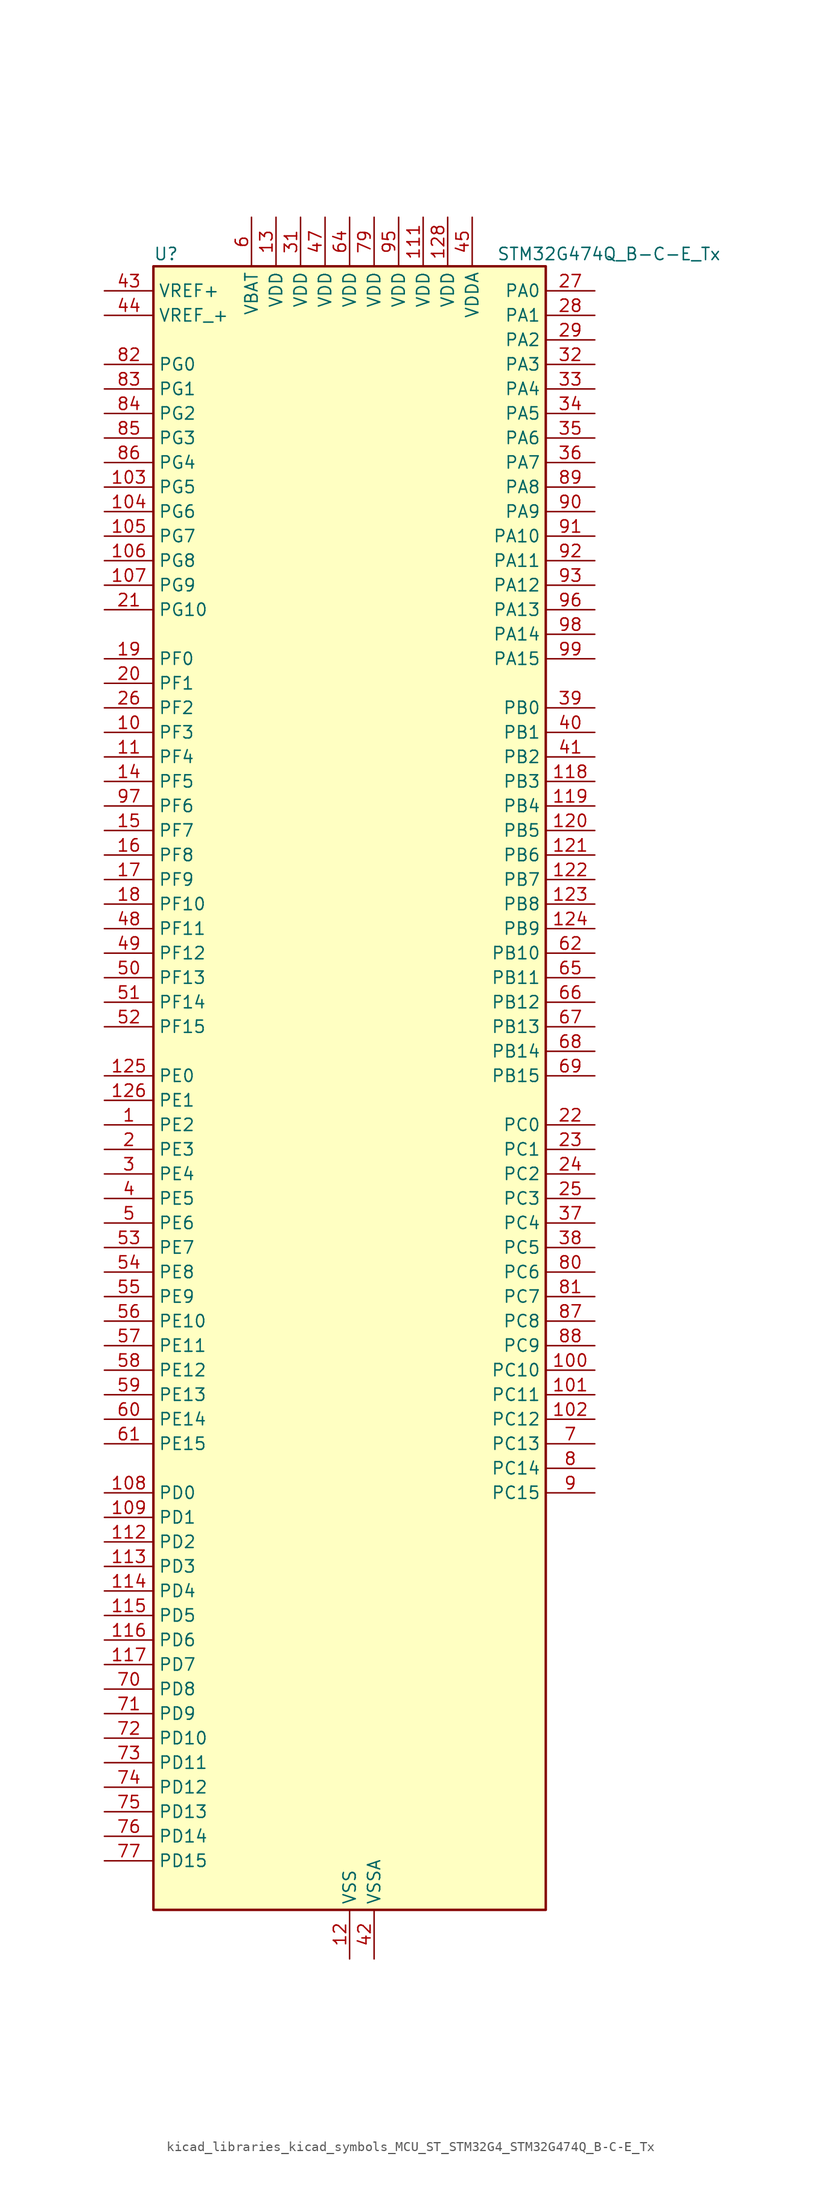
<source format=kicad_sym>
(kicad_symbol_lib
  (version 20220914)
  (generator kicad_symbol_editor)
  (symbol "kicad_libraries_kicad_symbols_MCU_ST_STM32G4_STM32G474Q_B-C-E_Tx"
    (property "Reference" "U"
      (at -20.32 87.63 0)
      (effects (font (size 1.27 1.27)) (justify left)))
    (property "Value" "STM32G474Q_B-C-E_Tx"
      (at 15.24 87.63 0)
      (effects (font (size 1.27 1.27)) (justify left)))
    (property "ki_locked" ""
      (at 0 0 0)
      (effects (font (size 1.27 1.27))))
    (symbol "kicad_libraries_kicad_symbols_MCU_ST_STM32G4_STM32G474Q_B-C-E_Tx_0_1"
      (rectangle (start -20.32 -83.82) (end 20.32 86.36) (stroke (width 0.254) (type default)) (fill (type background))))
    (symbol "kicad_libraries_kicad_symbols_MCU_ST_STM32G4_STM32G474Q_B-C-E_Tx_1_1"
      (pin bidirectional line (at -25.4 -2.54 0) (length 5.08) (name "PE2" (effects (font (size 1.27 1.27)))) (number "1" (effects (font (size 1.27 1.27)))) (alternate "ADC3_EXTI2" bidirectional line) (alternate "ADC4_EXTI2" bidirectional line) (alternate "ADC5_EXTI2" bidirectional line) (alternate "FMC_A23" bidirectional line) (alternate "SAI1_CK1" bidirectional line) (alternate "SAI1_MCLK_A" bidirectional line) (alternate "SPI4_SCK" bidirectional line) (alternate "SYS_TRACECLK" bidirectional line) (alternate "TIM20_CH1" bidirectional line) (alternate "TIM3_CH1" bidirectional line))
      (pin bidirectional line (at -25.4 38.1 0) (length 5.08) (name "PF3" (effects (font (size 1.27 1.27)))) (number "10" (effects (font (size 1.27 1.27)))) (alternate "ADC3_EXTI3" bidirectional line) (alternate "ADC4_EXTI3" bidirectional line) (alternate "ADC5_EXTI3" bidirectional line) (alternate "FMC_A3" bidirectional line) (alternate "I2C3_SCL" bidirectional line) (alternate "TIM20_CH4" bidirectional line))
      (pin bidirectional line (at 25.4 -27.94 180) (length 5.08) (name "PC10" (effects (font (size 1.27 1.27)))) (number "100" (effects (font (size 1.27 1.27)))) (alternate "DAC1_EXTI10" bidirectional line) (alternate "DAC2_EXTI10" bidirectional line) (alternate "DAC3_EXTI10" bidirectional line) (alternate "DAC4_EXTI10" bidirectional line) (alternate "HRTIM1_FLT6" bidirectional line) (alternate "I2S3_CK" bidirectional line) (alternate "SPI3_SCK" bidirectional line) (alternate "TIM8_CH1N" bidirectional line) (alternate "UART4_TX" bidirectional line) (alternate "USART3_TX" bidirectional line))
      (pin bidirectional line (at 25.4 -30.48 180) (length 5.08) (name "PC11" (effects (font (size 1.27 1.27)))) (number "101" (effects (font (size 1.27 1.27)))) (alternate "ADC1_EXTI11" bidirectional line) (alternate "ADC2_EXTI11" bidirectional line) (alternate "HRTIM1_EEV2" bidirectional line) (alternate "I2C3_SDA" bidirectional line) (alternate "SPI3_MISO" bidirectional line) (alternate "TIM8_CH2N" bidirectional line) (alternate "UART4_RX" bidirectional line) (alternate "USART3_RX" bidirectional line))
      (pin bidirectional line (at 25.4 -33.02 180) (length 5.08) (name "PC12" (effects (font (size 1.27 1.27)))) (number "102" (effects (font (size 1.27 1.27)))) (alternate "HRTIM1_EEV1" bidirectional line) (alternate "I2S3_SD" bidirectional line) (alternate "SPI3_MOSI" bidirectional line) (alternate "TIM5_CH2" bidirectional line) (alternate "TIM8_CH3N" bidirectional line) (alternate "UART5_TX" bidirectional line) (alternate "UCPD1_FRSTX1" bidirectional line) (alternate "UCPD1_FRSTX2" bidirectional line) (alternate "USART3_CK" bidirectional line))
      (pin bidirectional line (at -25.4 63.5 0) (length 5.08) (name "PG5" (effects (font (size 1.27 1.27)))) (number "103" (effects (font (size 1.27 1.27)))) (alternate "FMC_A15" bidirectional line) (alternate "LPUART1_CTS" bidirectional line) (alternate "SPI1_NSS" bidirectional line) (alternate "TIM20_ETR" bidirectional line))
      (pin bidirectional line (at -25.4 60.96 0) (length 5.08) (name "PG6" (effects (font (size 1.27 1.27)))) (number "104" (effects (font (size 1.27 1.27)))) (alternate "FMC_INT" bidirectional line) (alternate "I2C3_SMBA" bidirectional line) (alternate "LPUART1_DE" bidirectional line) (alternate "LPUART1_RTS" bidirectional line) (alternate "TIM20_BKIN" bidirectional line))
      (pin bidirectional line (at -25.4 58.42 0) (length 5.08) (name "PG7" (effects (font (size 1.27 1.27)))) (number "105" (effects (font (size 1.27 1.27)))) (alternate "FMC_INT" bidirectional line) (alternate "I2C3_SCL" bidirectional line) (alternate "LPUART1_TX" bidirectional line) (alternate "SAI1_CK1" bidirectional line) (alternate "SAI1_MCLK_A" bidirectional line))
      (pin bidirectional line (at -25.4 55.88 0) (length 5.08) (name "PG8" (effects (font (size 1.27 1.27)))) (number "106" (effects (font (size 1.27 1.27)))) (alternate "FMC_NE3" bidirectional line) (alternate "I2C3_SDA" bidirectional line) (alternate "LPUART1_RX" bidirectional line))
      (pin bidirectional line (at -25.4 53.34 0) (length 5.08) (name "PG9" (effects (font (size 1.27 1.27)))) (number "107" (effects (font (size 1.27 1.27)))) (alternate "DAC1_EXTI9" bidirectional line) (alternate "DAC2_EXTI9" bidirectional line) (alternate "DAC3_EXTI9" bidirectional line) (alternate "DAC4_EXTI9" bidirectional line) (alternate "FMC_NCE" bidirectional line) (alternate "FMC_NE2" bidirectional line) (alternate "SPI3_SCK" bidirectional line) (alternate "TIM15_CH1N" bidirectional line) (alternate "USART1_TX" bidirectional line))
      (pin bidirectional line (at -25.4 -40.64 0) (length 5.08) (name "PD0" (effects (font (size 1.27 1.27)))) (number "108" (effects (font (size 1.27 1.27)))) (alternate "FDCAN1_RX" bidirectional line) (alternate "FMC_D2" bidirectional line) (alternate "FMC_DA2" bidirectional line) (alternate "TIM8_CH4N" bidirectional line))
      (pin bidirectional line (at -25.4 -43.18 0) (length 5.08) (name "PD1" (effects (font (size 1.27 1.27)))) (number "109" (effects (font (size 1.27 1.27)))) (alternate "FDCAN1_TX" bidirectional line) (alternate "FMC_D3" bidirectional line) (alternate "FMC_DA3" bidirectional line) (alternate "TIM8_BKIN2" bidirectional line) (alternate "TIM8_CH4" bidirectional line))
      (pin bidirectional line (at -25.4 35.56 0) (length 5.08) (name "PF4" (effects (font (size 1.27 1.27)))) (number "11" (effects (font (size 1.27 1.27)))) (alternate "COMP1_OUT" bidirectional line) (alternate "FMC_A4" bidirectional line) (alternate "I2C3_SDA" bidirectional line) (alternate "TIM20_CH1N" bidirectional line))
      (pin passive line (at 0 -88.9 90) (length 5.08) hide (name "VSS" (effects (font (size 1.27 1.27)))) (number "110" (effects (font (size 1.27 1.27)))))
      (pin power_in line (at 7.62 91.44 270) (length 5.08) (name "VDD" (effects (font (size 1.27 1.27)))) (number "111" (effects (font (size 1.27 1.27)))))
      (pin bidirectional line (at -25.4 -45.72 0) (length 5.08) (name "PD2" (effects (font (size 1.27 1.27)))) (number "112" (effects (font (size 1.27 1.27)))) (alternate "ADC3_EXTI2" bidirectional line) (alternate "ADC4_EXTI2" bidirectional line) (alternate "ADC5_EXTI2" bidirectional line) (alternate "TIM3_ETR" bidirectional line) (alternate "TIM8_BKIN" bidirectional line) (alternate "UART5_RX" bidirectional line))
      (pin bidirectional line (at -25.4 -48.26 0) (length 5.08) (name "PD3" (effects (font (size 1.27 1.27)))) (number "113" (effects (font (size 1.27 1.27)))) (alternate "ADC3_EXTI3" bidirectional line) (alternate "ADC4_EXTI3" bidirectional line) (alternate "ADC5_EXTI3" bidirectional line) (alternate "FMC_CLK" bidirectional line) (alternate "QUADSPI1_BK2_NCS" bidirectional line) (alternate "TIM2_CH1" bidirectional line) (alternate "TIM2_ETR" bidirectional line) (alternate "USART2_CTS" bidirectional line) (alternate "USART2_NSS" bidirectional line))
      (pin bidirectional line (at -25.4 -50.8 0) (length 5.08) (name "PD4" (effects (font (size 1.27 1.27)))) (number "114" (effects (font (size 1.27 1.27)))) (alternate "FMC_NOE" bidirectional line) (alternate "QUADSPI1_BK2_IO0" bidirectional line) (alternate "TIM2_CH2" bidirectional line) (alternate "USART2_DE" bidirectional line) (alternate "USART2_RTS" bidirectional line))
      (pin bidirectional line (at -25.4 -53.34 0) (length 5.08) (name "PD5" (effects (font (size 1.27 1.27)))) (number "115" (effects (font (size 1.27 1.27)))) (alternate "FMC_NWE" bidirectional line) (alternate "QUADSPI1_BK2_IO1" bidirectional line) (alternate "USART2_TX" bidirectional line))
      (pin bidirectional line (at -25.4 -55.88 0) (length 5.08) (name "PD6" (effects (font (size 1.27 1.27)))) (number "116" (effects (font (size 1.27 1.27)))) (alternate "FMC_NWAIT" bidirectional line) (alternate "QUADSPI1_BK2_IO2" bidirectional line) (alternate "SAI1_D1" bidirectional line) (alternate "SAI1_SD_A" bidirectional line) (alternate "TIM2_CH4" bidirectional line) (alternate "USART2_RX" bidirectional line))
      (pin bidirectional line (at -25.4 -58.42 0) (length 5.08) (name "PD7" (effects (font (size 1.27 1.27)))) (number "117" (effects (font (size 1.27 1.27)))) (alternate "FMC_NCE" bidirectional line) (alternate "FMC_NE1" bidirectional line) (alternate "QUADSPI1_BK2_IO3" bidirectional line) (alternate "TIM2_CH3" bidirectional line) (alternate "USART2_CK" bidirectional line))
      (pin bidirectional line (at 25.4 33.02 180) (length 5.08) (name "PB3" (effects (font (size 1.27 1.27)))) (number "118" (effects (font (size 1.27 1.27)))) (alternate "ADC3_EXTI3" bidirectional line) (alternate "ADC4_EXTI3" bidirectional line) (alternate "ADC5_EXTI3" bidirectional line) (alternate "CRS_SYNC" bidirectional line) (alternate "FDCAN3_RX" bidirectional line) (alternate "HRTIM1_EEV9" bidirectional line) (alternate "HRTIM1_SCOUT" bidirectional line) (alternate "I2S3_CK" bidirectional line) (alternate "SAI1_SCK_B" bidirectional line) (alternate "SPI1_SCK" bidirectional line) (alternate "SPI3_SCK" bidirectional line) (alternate "SYS_JTDO-SWO" bidirectional line) (alternate "TIM2_CH2" bidirectional line) (alternate "TIM3_ETR" bidirectional line) (alternate "TIM4_ETR" bidirectional line) (alternate "TIM8_CH1N" bidirectional line) (alternate "USART2_TX" bidirectional line))
      (pin bidirectional line (at 25.4 30.48 180) (length 5.08) (name "PB4" (effects (font (size 1.27 1.27)))) (number "119" (effects (font (size 1.27 1.27)))) (alternate "FDCAN3_TX" bidirectional line) (alternate "HRTIM1_EEV7" bidirectional line) (alternate "SAI1_MCLK_B" bidirectional line) (alternate "SPI1_MISO" bidirectional line) (alternate "SPI3_MISO" bidirectional line) (alternate "SYS_JTRST" bidirectional line) (alternate "TIM16_CH1" bidirectional line) (alternate "TIM17_BKIN" bidirectional line) (alternate "TIM3_CH1" bidirectional line) (alternate "TIM8_CH2N" bidirectional line) (alternate "UART5_DE" bidirectional line) (alternate "UART5_RTS" bidirectional line) (alternate "UCPD1_CC2" bidirectional line) (alternate "USART2_RX" bidirectional line))
      (pin power_in line (at 0 -88.9 90) (length 5.08) (name "VSS" (effects (font (size 1.27 1.27)))) (number "12" (effects (font (size 1.27 1.27)))))
      (pin bidirectional line (at 25.4 27.94 180) (length 5.08) (name "PB5" (effects (font (size 1.27 1.27)))) (number "120" (effects (font (size 1.27 1.27)))) (alternate "FDCAN2_RX" bidirectional line) (alternate "HRTIM1_EEV6" bidirectional line) (alternate "I2C1_SMBA" bidirectional line) (alternate "I2C3_SDA" bidirectional line) (alternate "I2S3_SD" bidirectional line) (alternate "LPTIM1_IN1" bidirectional line) (alternate "SAI1_SD_B" bidirectional line) (alternate "SPI1_MOSI" bidirectional line) (alternate "SPI3_MOSI" bidirectional line) (alternate "TIM16_BKIN" bidirectional line) (alternate "TIM17_CH1" bidirectional line) (alternate "TIM3_CH2" bidirectional line) (alternate "TIM8_CH3N" bidirectional line) (alternate "UART5_CTS" bidirectional line) (alternate "USART2_CK" bidirectional line))
      (pin bidirectional line (at 25.4 25.4 180) (length 5.08) (name "PB6" (effects (font (size 1.27 1.27)))) (number "121" (effects (font (size 1.27 1.27)))) (alternate "COMP4_OUT" bidirectional line) (alternate "FDCAN2_TX" bidirectional line) (alternate "HRTIM1_EEV4" bidirectional line) (alternate "HRTIM1_SCIN" bidirectional line) (alternate "LPTIM1_ETR" bidirectional line) (alternate "SAI1_FS_B" bidirectional line) (alternate "TIM16_CH1N" bidirectional line) (alternate "TIM4_CH1" bidirectional line) (alternate "TIM8_BKIN2" bidirectional line) (alternate "TIM8_CH1" bidirectional line) (alternate "TIM8_ETR" bidirectional line) (alternate "UCPD1_CC1" bidirectional line) (alternate "USART1_TX" bidirectional line))
      (pin bidirectional line (at 25.4 22.86 180) (length 5.08) (name "PB7" (effects (font (size 1.27 1.27)))) (number "122" (effects (font (size 1.27 1.27)))) (alternate "COMP3_OUT" bidirectional line) (alternate "FMC_NL" bidirectional line) (alternate "HRTIM1_EEV3" bidirectional line) (alternate "I2C1_SDA" bidirectional line) (alternate "I2C4_SDA" bidirectional line) (alternate "LPTIM1_IN2" bidirectional line) (alternate "SYS_PVD_IN" bidirectional line) (alternate "TIM17_CH1N" bidirectional line) (alternate "TIM3_CH4" bidirectional line) (alternate "TIM4_CH2" bidirectional line) (alternate "TIM8_BKIN" bidirectional line) (alternate "UART4_CTS" bidirectional line) (alternate "USART1_RX" bidirectional line))
      (pin bidirectional line (at 25.4 20.32 180) (length 5.08) (name "PB8" (effects (font (size 1.27 1.27)))) (number "123" (effects (font (size 1.27 1.27)))) (alternate "COMP1_OUT" bidirectional line) (alternate "FDCAN1_RX" bidirectional line) (alternate "HRTIM1_EEV8" bidirectional line) (alternate "I2C1_SCL" bidirectional line) (alternate "SAI1_CK1" bidirectional line) (alternate "SAI1_MCLK_A" bidirectional line) (alternate "TIM16_CH1" bidirectional line) (alternate "TIM1_BKIN" bidirectional line) (alternate "TIM4_CH3" bidirectional line) (alternate "TIM8_CH2" bidirectional line) (alternate "USART3_RX" bidirectional line))
      (pin bidirectional line (at 25.4 17.78 180) (length 5.08) (name "PB9" (effects (font (size 1.27 1.27)))) (number "124" (effects (font (size 1.27 1.27)))) (alternate "COMP2_OUT" bidirectional line) (alternate "DAC1_EXTI9" bidirectional line) (alternate "DAC2_EXTI9" bidirectional line) (alternate "DAC3_EXTI9" bidirectional line) (alternate "DAC4_EXTI9" bidirectional line) (alternate "FDCAN1_TX" bidirectional line) (alternate "HRTIM1_EEV5" bidirectional line) (alternate "I2C1_SDA" bidirectional line) (alternate "IR_OUT" bidirectional line) (alternate "SAI1_D2" bidirectional line) (alternate "SAI1_FS_A" bidirectional line) (alternate "TIM17_CH1" bidirectional line) (alternate "TIM1_CH3N" bidirectional line) (alternate "TIM4_CH4" bidirectional line) (alternate "TIM8_CH3" bidirectional line) (alternate "USART3_TX" bidirectional line))
      (pin bidirectional line (at -25.4 2.54 0) (length 5.08) (name "PE0" (effects (font (size 1.27 1.27)))) (number "125" (effects (font (size 1.27 1.27)))) (alternate "FMC_NBL0" bidirectional line) (alternate "TIM16_CH1" bidirectional line) (alternate "TIM20_CH4N" bidirectional line) (alternate "TIM20_ETR" bidirectional line) (alternate "TIM4_ETR" bidirectional line) (alternate "USART1_TX" bidirectional line))
      (pin bidirectional line (at -25.4 0 0) (length 5.08) (name "PE1" (effects (font (size 1.27 1.27)))) (number "126" (effects (font (size 1.27 1.27)))) (alternate "FMC_NBL1" bidirectional line) (alternate "TIM17_CH1" bidirectional line) (alternate "TIM20_CH4" bidirectional line) (alternate "USART1_RX" bidirectional line))
      (pin passive line (at 0 -88.9 90) (length 5.08) hide (name "VSS" (effects (font (size 1.27 1.27)))) (number "127" (effects (font (size 1.27 1.27)))))
      (pin power_in line (at 10.16 91.44 270) (length 5.08) (name "VDD" (effects (font (size 1.27 1.27)))) (number "128" (effects (font (size 1.27 1.27)))))
      (pin power_in line (at -7.62 91.44 270) (length 5.08) (name "VDD" (effects (font (size 1.27 1.27)))) (number "13" (effects (font (size 1.27 1.27)))))
      (pin bidirectional line (at -25.4 33.02 0) (length 5.08) (name "PF5" (effects (font (size 1.27 1.27)))) (number "14" (effects (font (size 1.27 1.27)))) (alternate "FMC_A5" bidirectional line) (alternate "TIM20_CH2N" bidirectional line))
      (pin bidirectional line (at -25.4 27.94 0) (length 5.08) (name "PF7" (effects (font (size 1.27 1.27)))) (number "15" (effects (font (size 1.27 1.27)))) (alternate "FMC_A1" bidirectional line) (alternate "QUADSPI1_BK1_IO2" bidirectional line) (alternate "SAI1_MCLK_B" bidirectional line) (alternate "TIM20_BKIN" bidirectional line) (alternate "TIM5_CH2" bidirectional line))
      (pin bidirectional line (at -25.4 25.4 0) (length 5.08) (name "PF8" (effects (font (size 1.27 1.27)))) (number "16" (effects (font (size 1.27 1.27)))) (alternate "FMC_A24" bidirectional line) (alternate "QUADSPI1_BK1_IO0" bidirectional line) (alternate "SAI1_SCK_B" bidirectional line) (alternate "TIM20_BKIN2" bidirectional line) (alternate "TIM5_CH3" bidirectional line))
      (pin bidirectional line (at -25.4 22.86 0) (length 5.08) (name "PF9" (effects (font (size 1.27 1.27)))) (number "17" (effects (font (size 1.27 1.27)))) (alternate "DAC1_EXTI9" bidirectional line) (alternate "DAC2_EXTI9" bidirectional line) (alternate "DAC3_EXTI9" bidirectional line) (alternate "DAC4_EXTI9" bidirectional line) (alternate "FMC_A25" bidirectional line) (alternate "QUADSPI1_BK1_IO1" bidirectional line) (alternate "SAI1_FS_B" bidirectional line) (alternate "SPI2_SCK" bidirectional line) (alternate "TIM15_CH1" bidirectional line) (alternate "TIM20_BKIN" bidirectional line) (alternate "TIM5_CH4" bidirectional line))
      (pin bidirectional line (at -25.4 20.32 0) (length 5.08) (name "PF10" (effects (font (size 1.27 1.27)))) (number "18" (effects (font (size 1.27 1.27)))) (alternate "DAC1_EXTI10" bidirectional line) (alternate "DAC2_EXTI10" bidirectional line) (alternate "DAC3_EXTI10" bidirectional line) (alternate "DAC4_EXTI10" bidirectional line) (alternate "FMC_A0" bidirectional line) (alternate "QUADSPI1_CLK" bidirectional line) (alternate "SAI1_D3" bidirectional line) (alternate "SPI2_SCK" bidirectional line) (alternate "TIM15_CH2" bidirectional line) (alternate "TIM20_BKIN2" bidirectional line))
      (pin bidirectional line (at -25.4 45.72 0) (length 5.08) (name "PF0" (effects (font (size 1.27 1.27)))) (number "19" (effects (font (size 1.27 1.27)))) (alternate "ADC1_IN10" bidirectional line) (alternate "I2C2_SDA" bidirectional line) (alternate "I2S2_WS" bidirectional line) (alternate "RCC_OSC_IN" bidirectional line) (alternate "SPI2_NSS" bidirectional line) (alternate "TIM1_CH3N" bidirectional line))
      (pin bidirectional line (at -25.4 -5.08 0) (length 5.08) (name "PE3" (effects (font (size 1.27 1.27)))) (number "2" (effects (font (size 1.27 1.27)))) (alternate "ADC3_EXTI3" bidirectional line) (alternate "ADC4_EXTI3" bidirectional line) (alternate "ADC5_EXTI3" bidirectional line) (alternate "FMC_A19" bidirectional line) (alternate "SAI1_SD_B" bidirectional line) (alternate "SPI4_NSS" bidirectional line) (alternate "SYS_TRACED0" bidirectional line) (alternate "TIM20_CH2" bidirectional line) (alternate "TIM3_CH2" bidirectional line))
      (pin bidirectional line (at -25.4 43.18 0) (length 5.08) (name "PF1" (effects (font (size 1.27 1.27)))) (number "20" (effects (font (size 1.27 1.27)))) (alternate "ADC2_IN10" bidirectional line) (alternate "COMP3_INM" bidirectional line) (alternate "I2S2_CK" bidirectional line) (alternate "RCC_OSC_OUT" bidirectional line) (alternate "SPI2_SCK" bidirectional line))
      (pin bidirectional line (at -25.4 50.8 0) (length 5.08) (name "PG10" (effects (font (size 1.27 1.27)))) (number "21" (effects (font (size 1.27 1.27)))) (alternate "DAC1_EXTI10" bidirectional line) (alternate "DAC2_EXTI10" bidirectional line) (alternate "DAC3_EXTI10" bidirectional line) (alternate "DAC4_EXTI10" bidirectional line) (alternate "RCC_MCO" bidirectional line))
      (pin bidirectional line (at 25.4 -2.54 180) (length 5.08) (name "PC0" (effects (font (size 1.27 1.27)))) (number "22" (effects (font (size 1.27 1.27)))) (alternate "ADC1_IN6" bidirectional line) (alternate "ADC2_IN6" bidirectional line) (alternate "COMP3_INM" bidirectional line) (alternate "LPTIM1_IN1" bidirectional line) (alternate "LPUART1_RX" bidirectional line) (alternate "TIM1_CH1" bidirectional line))
      (pin bidirectional line (at 25.4 -5.08 180) (length 5.08) (name "PC1" (effects (font (size 1.27 1.27)))) (number "23" (effects (font (size 1.27 1.27)))) (alternate "ADC1_IN7" bidirectional line) (alternate "ADC2_IN7" bidirectional line) (alternate "COMP3_INP" bidirectional line) (alternate "LPTIM1_OUT" bidirectional line) (alternate "LPUART1_TX" bidirectional line) (alternate "QUADSPI1_BK2_IO0" bidirectional line) (alternate "SAI1_SD_A" bidirectional line) (alternate "TIM1_CH2" bidirectional line))
      (pin bidirectional line (at 25.4 -7.62 180) (length 5.08) (name "PC2" (effects (font (size 1.27 1.27)))) (number "24" (effects (font (size 1.27 1.27)))) (alternate "ADC1_IN8" bidirectional line) (alternate "ADC2_IN8" bidirectional line) (alternate "ADC3_EXTI2" bidirectional line) (alternate "ADC4_EXTI2" bidirectional line) (alternate "ADC5_EXTI2" bidirectional line) (alternate "COMP3_OUT" bidirectional line) (alternate "LPTIM1_IN2" bidirectional line) (alternate "QUADSPI1_BK2_IO1" bidirectional line) (alternate "TIM1_CH3" bidirectional line) (alternate "TIM20_CH2" bidirectional line))
      (pin bidirectional line (at 25.4 -10.16 180) (length 5.08) (name "PC3" (effects (font (size 1.27 1.27)))) (number "25" (effects (font (size 1.27 1.27)))) (alternate "ADC1_IN9" bidirectional line) (alternate "ADC2_IN9" bidirectional line) (alternate "ADC3_EXTI3" bidirectional line) (alternate "ADC4_EXTI3" bidirectional line) (alternate "ADC5_EXTI3" bidirectional line) (alternate "LPTIM1_ETR" bidirectional line) (alternate "OPAMP5_VINP" bidirectional line) (alternate "OPAMP5_VINP_SEC" bidirectional line) (alternate "QUADSPI1_BK2_IO2" bidirectional line) (alternate "SAI1_D1" bidirectional line) (alternate "SAI1_SD_A" bidirectional line) (alternate "TIM1_BKIN2" bidirectional line) (alternate "TIM1_CH4" bidirectional line))
      (pin bidirectional line (at -25.4 40.64 0) (length 5.08) (name "PF2" (effects (font (size 1.27 1.27)))) (number "26" (effects (font (size 1.27 1.27)))) (alternate "ADC3_EXTI2" bidirectional line) (alternate "ADC4_EXTI2" bidirectional line) (alternate "ADC5_EXTI2" bidirectional line) (alternate "FMC_A2" bidirectional line) (alternate "I2C2_SMBA" bidirectional line) (alternate "TIM20_CH3" bidirectional line))
      (pin bidirectional line (at 25.4 83.82 180) (length 5.08) (name "PA0" (effects (font (size 1.27 1.27)))) (number "27" (effects (font (size 1.27 1.27)))) (alternate "ADC1_IN1" bidirectional line) (alternate "ADC2_IN1" bidirectional line) (alternate "COMP1_INM" bidirectional line) (alternate "COMP1_OUT" bidirectional line) (alternate "COMP3_INP" bidirectional line) (alternate "RTC_TAMP2" bidirectional line) (alternate "SYS_WKUP1" bidirectional line) (alternate "TIM2_CH1" bidirectional line) (alternate "TIM2_ETR" bidirectional line) (alternate "TIM5_CH1" bidirectional line) (alternate "TIM8_BKIN" bidirectional line) (alternate "TIM8_ETR" bidirectional line) (alternate "USART2_CTS" bidirectional line) (alternate "USART2_NSS" bidirectional line))
      (pin bidirectional line (at 25.4 81.28 180) (length 5.08) (name "PA1" (effects (font (size 1.27 1.27)))) (number "28" (effects (font (size 1.27 1.27)))) (alternate "ADC1_IN2" bidirectional line) (alternate "ADC2_IN2" bidirectional line) (alternate "COMP1_INP" bidirectional line) (alternate "OPAMP1_VINP" bidirectional line) (alternate "OPAMP1_VINP_SEC" bidirectional line) (alternate "OPAMP3_VINP" bidirectional line) (alternate "OPAMP3_VINP_SEC" bidirectional line) (alternate "OPAMP6_VINM" bidirectional line) (alternate "OPAMP6_VINM0" bidirectional line) (alternate "OPAMP6_VINM_SEC" bidirectional line) (alternate "RTC_REFIN" bidirectional line) (alternate "TIM15_CH1N" bidirectional line) (alternate "TIM2_CH2" bidirectional line) (alternate "TIM5_CH2" bidirectional line) (alternate "USART2_DE" bidirectional line) (alternate "USART2_RTS" bidirectional line))
      (pin bidirectional line (at 25.4 78.74 180) (length 5.08) (name "PA2" (effects (font (size 1.27 1.27)))) (number "29" (effects (font (size 1.27 1.27)))) (alternate "ADC1_IN3" bidirectional line) (alternate "ADC3_EXTI2" bidirectional line) (alternate "ADC4_EXTI2" bidirectional line) (alternate "ADC5_EXTI2" bidirectional line) (alternate "COMP2_INM" bidirectional line) (alternate "COMP2_OUT" bidirectional line) (alternate "LPUART1_TX" bidirectional line) (alternate "OPAMP1_VOUT" bidirectional line) (alternate "QUADSPI1_BK1_NCS" bidirectional line) (alternate "RCC_LSCO" bidirectional line) (alternate "SYS_WKUP4" bidirectional line) (alternate "TIM15_CH1" bidirectional line) (alternate "TIM2_CH3" bidirectional line) (alternate "TIM5_CH3" bidirectional line) (alternate "UCPD1_FRSTX1" bidirectional line) (alternate "UCPD1_FRSTX2" bidirectional line) (alternate "USART2_TX" bidirectional line))
      (pin bidirectional line (at -25.4 -7.62 0) (length 5.08) (name "PE4" (effects (font (size 1.27 1.27)))) (number "3" (effects (font (size 1.27 1.27)))) (alternate "FMC_A20" bidirectional line) (alternate "SAI1_D2" bidirectional line) (alternate "SAI1_FS_A" bidirectional line) (alternate "SPI4_NSS" bidirectional line) (alternate "SYS_TRACED1" bidirectional line) (alternate "TIM20_CH1N" bidirectional line) (alternate "TIM3_CH3" bidirectional line))
      (pin passive line (at 0 -88.9 90) (length 5.08) hide (name "VSS" (effects (font (size 1.27 1.27)))) (number "30" (effects (font (size 1.27 1.27)))))
      (pin power_in line (at -5.08 91.44 270) (length 5.08) (name "VDD" (effects (font (size 1.27 1.27)))) (number "31" (effects (font (size 1.27 1.27)))))
      (pin bidirectional line (at 25.4 76.2 180) (length 5.08) (name "PA3" (effects (font (size 1.27 1.27)))) (number "32" (effects (font (size 1.27 1.27)))) (alternate "ADC1_IN4" bidirectional line) (alternate "ADC3_EXTI3" bidirectional line) (alternate "ADC4_EXTI3" bidirectional line) (alternate "ADC5_EXTI3" bidirectional line) (alternate "COMP2_INP" bidirectional line) (alternate "LPUART1_RX" bidirectional line) (alternate "OPAMP1_VINM" bidirectional line) (alternate "OPAMP1_VINM0" bidirectional line) (alternate "OPAMP1_VINM_SEC" bidirectional line) (alternate "OPAMP1_VINP" bidirectional line) (alternate "OPAMP1_VINP_SEC" bidirectional line) (alternate "OPAMP5_VINM" bidirectional line) (alternate "OPAMP5_VINM1" bidirectional line) (alternate "OPAMP5_VINM_SEC" bidirectional line) (alternate "QUADSPI1_CLK" bidirectional line) (alternate "SAI1_CK1" bidirectional line) (alternate "SAI1_MCLK_A" bidirectional line) (alternate "TIM15_CH2" bidirectional line) (alternate "TIM2_CH4" bidirectional line) (alternate "TIM5_CH4" bidirectional line) (alternate "USART2_RX" bidirectional line))
      (pin bidirectional line (at 25.4 73.66 180) (length 5.08) (name "PA4" (effects (font (size 1.27 1.27)))) (number "33" (effects (font (size 1.27 1.27)))) (alternate "ADC2_IN17" bidirectional line) (alternate "COMP1_INM" bidirectional line) (alternate "DAC1_OUT1" bidirectional line) (alternate "I2S3_WS" bidirectional line) (alternate "SAI1_FS_B" bidirectional line) (alternate "SPI1_NSS" bidirectional line) (alternate "SPI3_NSS" bidirectional line) (alternate "TIM3_CH2" bidirectional line) (alternate "USART2_CK" bidirectional line))
      (pin bidirectional line (at 25.4 71.12 180) (length 5.08) (name "PA5" (effects (font (size 1.27 1.27)))) (number "34" (effects (font (size 1.27 1.27)))) (alternate "ADC2_IN13" bidirectional line) (alternate "COMP2_INM" bidirectional line) (alternate "DAC1_OUT2" bidirectional line) (alternate "OPAMP2_VINM" bidirectional line) (alternate "OPAMP2_VINM0" bidirectional line) (alternate "OPAMP2_VINM_SEC" bidirectional line) (alternate "SPI1_SCK" bidirectional line) (alternate "TIM2_CH1" bidirectional line) (alternate "TIM2_ETR" bidirectional line) (alternate "UCPD1_FRSTX1" bidirectional line) (alternate "UCPD1_FRSTX2" bidirectional line))
      (pin bidirectional line (at 25.4 68.58 180) (length 5.08) (name "PA6" (effects (font (size 1.27 1.27)))) (number "35" (effects (font (size 1.27 1.27)))) (alternate "ADC2_IN3" bidirectional line) (alternate "COMP1_OUT" bidirectional line) (alternate "DAC2_OUT1" bidirectional line) (alternate "LPUART1_CTS" bidirectional line) (alternate "OPAMP2_VOUT" bidirectional line) (alternate "QUADSPI1_BK1_IO3" bidirectional line) (alternate "SPI1_MISO" bidirectional line) (alternate "TIM16_CH1" bidirectional line) (alternate "TIM1_BKIN" bidirectional line) (alternate "TIM3_CH1" bidirectional line) (alternate "TIM8_BKIN" bidirectional line))
      (pin bidirectional line (at 25.4 66.04 180) (length 5.08) (name "PA7" (effects (font (size 1.27 1.27)))) (number "36" (effects (font (size 1.27 1.27)))) (alternate "ADC2_IN4" bidirectional line) (alternate "COMP2_INP" bidirectional line) (alternate "COMP2_OUT" bidirectional line) (alternate "OPAMP1_VINP" bidirectional line) (alternate "OPAMP1_VINP_SEC" bidirectional line) (alternate "OPAMP2_VINP" bidirectional line) (alternate "OPAMP2_VINP_SEC" bidirectional line) (alternate "QUADSPI1_BK1_IO2" bidirectional line) (alternate "SPI1_MOSI" bidirectional line) (alternate "TIM17_CH1" bidirectional line) (alternate "TIM1_CH1N" bidirectional line) (alternate "TIM3_CH2" bidirectional line) (alternate "TIM8_CH1N" bidirectional line) (alternate "UCPD1_FRSTX1" bidirectional line) (alternate "UCPD1_FRSTX2" bidirectional line))
      (pin bidirectional line (at 25.4 -12.7 180) (length 5.08) (name "PC4" (effects (font (size 1.27 1.27)))) (number "37" (effects (font (size 1.27 1.27)))) (alternate "ADC2_IN5" bidirectional line) (alternate "I2C2_SCL" bidirectional line) (alternate "QUADSPI1_BK2_IO3" bidirectional line) (alternate "TIM1_ETR" bidirectional line) (alternate "USART1_TX" bidirectional line))
      (pin bidirectional line (at 25.4 -15.24 180) (length 5.08) (name "PC5" (effects (font (size 1.27 1.27)))) (number "38" (effects (font (size 1.27 1.27)))) (alternate "ADC2_IN11" bidirectional line) (alternate "HRTIM1_EEV10" bidirectional line) (alternate "OPAMP1_VINM" bidirectional line) (alternate "OPAMP1_VINM1" bidirectional line) (alternate "OPAMP1_VINM_SEC" bidirectional line) (alternate "OPAMP2_VINM" bidirectional line) (alternate "OPAMP2_VINM1" bidirectional line) (alternate "OPAMP2_VINM_SEC" bidirectional line) (alternate "SAI1_D3" bidirectional line) (alternate "SYS_WKUP5" bidirectional line) (alternate "TIM15_BKIN" bidirectional line) (alternate "TIM1_CH4N" bidirectional line) (alternate "USART1_RX" bidirectional line))
      (pin bidirectional line (at 25.4 40.64 180) (length 5.08) (name "PB0" (effects (font (size 1.27 1.27)))) (number "39" (effects (font (size 1.27 1.27)))) (alternate "ADC1_IN15" bidirectional line) (alternate "ADC3_IN12" bidirectional line) (alternate "COMP4_INP" bidirectional line) (alternate "HRTIM1_FLT5" bidirectional line) (alternate "OPAMP2_VINP" bidirectional line) (alternate "OPAMP2_VINP_SEC" bidirectional line) (alternate "OPAMP3_VINP" bidirectional line) (alternate "OPAMP3_VINP_SEC" bidirectional line) (alternate "QUADSPI1_BK1_IO1" bidirectional line) (alternate "TIM1_CH2N" bidirectional line) (alternate "TIM3_CH3" bidirectional line) (alternate "TIM8_CH2N" bidirectional line) (alternate "UCPD1_FRSTX1" bidirectional line) (alternate "UCPD1_FRSTX2" bidirectional line))
      (pin bidirectional line (at -25.4 -10.16 0) (length 5.08) (name "PE5" (effects (font (size 1.27 1.27)))) (number "4" (effects (font (size 1.27 1.27)))) (alternate "FMC_A21" bidirectional line) (alternate "SAI1_CK2" bidirectional line) (alternate "SAI1_SCK_A" bidirectional line) (alternate "SPI4_MISO" bidirectional line) (alternate "SYS_TRACED2" bidirectional line) (alternate "TIM20_CH2N" bidirectional line) (alternate "TIM3_CH4" bidirectional line))
      (pin bidirectional line (at 25.4 38.1 180) (length 5.08) (name "PB1" (effects (font (size 1.27 1.27)))) (number "40" (effects (font (size 1.27 1.27)))) (alternate "ADC1_IN12" bidirectional line) (alternate "ADC3_IN1" bidirectional line) (alternate "COMP1_INP" bidirectional line) (alternate "COMP4_OUT" bidirectional line) (alternate "HRTIM1_SCOUT" bidirectional line) (alternate "LPUART1_DE" bidirectional line) (alternate "LPUART1_RTS" bidirectional line) (alternate "OPAMP3_VOUT" bidirectional line) (alternate "OPAMP6_VINM" bidirectional line) (alternate "OPAMP6_VINM1" bidirectional line) (alternate "OPAMP6_VINM_SEC" bidirectional line) (alternate "QUADSPI1_BK1_IO0" bidirectional line) (alternate "TIM1_CH3N" bidirectional line) (alternate "TIM3_CH4" bidirectional line) (alternate "TIM8_CH3N" bidirectional line))
      (pin bidirectional line (at 25.4 35.56 180) (length 5.08) (name "PB2" (effects (font (size 1.27 1.27)))) (number "41" (effects (font (size 1.27 1.27)))) (alternate "ADC2_IN12" bidirectional line) (alternate "ADC3_EXTI2" bidirectional line) (alternate "ADC4_EXTI2" bidirectional line) (alternate "ADC5_EXTI2" bidirectional line) (alternate "COMP4_INM" bidirectional line) (alternate "HRTIM1_SCIN" bidirectional line) (alternate "I2C3_SMBA" bidirectional line) (alternate "LPTIM1_OUT" bidirectional line) (alternate "OPAMP3_VINM" bidirectional line) (alternate "OPAMP3_VINM0" bidirectional line) (alternate "OPAMP3_VINM_SEC" bidirectional line) (alternate "QUADSPI1_BK2_IO1" bidirectional line) (alternate "RTC_OUT2" bidirectional line) (alternate "TIM20_CH1" bidirectional line) (alternate "TIM5_CH1" bidirectional line))
      (pin power_in line (at 2.54 -88.9 90) (length 5.08) (name "VSSA" (effects (font (size 1.27 1.27)))) (number "42" (effects (font (size 1.27 1.27)))))
      (pin input line (at -25.4 83.82 0) (length 5.08) (name "VREF+" (effects (font (size 1.27 1.27)))) (number "43" (effects (font (size 1.27 1.27)))) (alternate "VREFBUF_OUT1" bidirectional line))
      (pin input line (at -25.4 81.28 0) (length 5.08) (name "VREF_+" (effects (font (size 1.27 1.27)))) (number "44" (effects (font (size 1.27 1.27)))) (alternate "VREFBUF_OUT2" bidirectional line))
      (pin power_in line (at 12.7 91.44 270) (length 5.08) (name "VDDA" (effects (font (size 1.27 1.27)))) (number "45" (effects (font (size 1.27 1.27)))))
      (pin passive line (at 0 -88.9 90) (length 5.08) hide (name "VSS" (effects (font (size 1.27 1.27)))) (number "46" (effects (font (size 1.27 1.27)))))
      (pin power_in line (at -2.54 91.44 270) (length 5.08) (name "VDD" (effects (font (size 1.27 1.27)))) (number "47" (effects (font (size 1.27 1.27)))))
      (pin bidirectional line (at -25.4 17.78 0) (length 5.08) (name "PF11" (effects (font (size 1.27 1.27)))) (number "48" (effects (font (size 1.27 1.27)))) (alternate "ADC1_EXTI11" bidirectional line) (alternate "ADC2_EXTI11" bidirectional line) (alternate "FMC_NE4" bidirectional line) (alternate "TIM20_ETR" bidirectional line))
      (pin bidirectional line (at -25.4 15.24 0) (length 5.08) (name "PF12" (effects (font (size 1.27 1.27)))) (number "49" (effects (font (size 1.27 1.27)))) (alternate "FMC_A6" bidirectional line) (alternate "TIM20_CH1" bidirectional line))
      (pin bidirectional line (at -25.4 -12.7 0) (length 5.08) (name "PE6" (effects (font (size 1.27 1.27)))) (number "5" (effects (font (size 1.27 1.27)))) (alternate "FMC_A22" bidirectional line) (alternate "RTC_TAMP3" bidirectional line) (alternate "SAI1_D1" bidirectional line) (alternate "SAI1_SD_A" bidirectional line) (alternate "SPI4_MOSI" bidirectional line) (alternate "SYS_TRACED3" bidirectional line) (alternate "SYS_WKUP3" bidirectional line) (alternate "TIM20_CH3N" bidirectional line))
      (pin bidirectional line (at -25.4 12.7 0) (length 5.08) (name "PF13" (effects (font (size 1.27 1.27)))) (number "50" (effects (font (size 1.27 1.27)))) (alternate "FMC_A7" bidirectional line) (alternate "I2C4_SMBA" bidirectional line) (alternate "TIM20_CH2" bidirectional line))
      (pin bidirectional line (at -25.4 10.16 0) (length 5.08) (name "PF14" (effects (font (size 1.27 1.27)))) (number "51" (effects (font (size 1.27 1.27)))) (alternate "FMC_A8" bidirectional line) (alternate "I2C4_SCL" bidirectional line) (alternate "TIM20_CH3" bidirectional line))
      (pin bidirectional line (at -25.4 7.62 0) (length 5.08) (name "PF15" (effects (font (size 1.27 1.27)))) (number "52" (effects (font (size 1.27 1.27)))) (alternate "ADC1_EXTI15" bidirectional line) (alternate "ADC2_EXTI15" bidirectional line) (alternate "FMC_A9" bidirectional line) (alternate "I2C4_SDA" bidirectional line) (alternate "TIM20_CH4" bidirectional line))
      (pin bidirectional line (at -25.4 -15.24 0) (length 5.08) (name "PE7" (effects (font (size 1.27 1.27)))) (number "53" (effects (font (size 1.27 1.27)))) (alternate "ADC3_IN4" bidirectional line) (alternate "COMP4_INP" bidirectional line) (alternate "FMC_D4" bidirectional line) (alternate "FMC_DA4" bidirectional line) (alternate "SAI1_SD_B" bidirectional line) (alternate "TIM1_ETR" bidirectional line))
      (pin bidirectional line (at -25.4 -17.78 0) (length 5.08) (name "PE8" (effects (font (size 1.27 1.27)))) (number "54" (effects (font (size 1.27 1.27)))) (alternate "ADC3_IN6" bidirectional line) (alternate "ADC4_IN6" bidirectional line) (alternate "ADC5_IN6" bidirectional line) (alternate "COMP4_INM" bidirectional line) (alternate "FMC_D5" bidirectional line) (alternate "FMC_DA5" bidirectional line) (alternate "SAI1_SCK_B" bidirectional line) (alternate "TIM1_CH1N" bidirectional line) (alternate "TIM5_CH3" bidirectional line))
      (pin bidirectional line (at -25.4 -20.32 0) (length 5.08) (name "PE9" (effects (font (size 1.27 1.27)))) (number "55" (effects (font (size 1.27 1.27)))) (alternate "ADC3_IN2" bidirectional line) (alternate "DAC1_EXTI9" bidirectional line) (alternate "DAC2_EXTI9" bidirectional line) (alternate "DAC3_EXTI9" bidirectional line) (alternate "DAC4_EXTI9" bidirectional line) (alternate "FMC_D6" bidirectional line) (alternate "FMC_DA6" bidirectional line) (alternate "SAI1_FS_B" bidirectional line) (alternate "TIM1_CH1" bidirectional line) (alternate "TIM5_CH4" bidirectional line))
      (pin bidirectional line (at -25.4 -22.86 0) (length 5.08) (name "PE10" (effects (font (size 1.27 1.27)))) (number "56" (effects (font (size 1.27 1.27)))) (alternate "ADC3_IN14" bidirectional line) (alternate "ADC4_IN14" bidirectional line) (alternate "ADC5_IN14" bidirectional line) (alternate "DAC1_EXTI10" bidirectional line) (alternate "DAC2_EXTI10" bidirectional line) (alternate "DAC3_EXTI10" bidirectional line) (alternate "DAC4_EXTI10" bidirectional line) (alternate "FMC_D7" bidirectional line) (alternate "FMC_DA7" bidirectional line) (alternate "QUADSPI1_CLK" bidirectional line) (alternate "SAI1_MCLK_B" bidirectional line) (alternate "TIM1_CH2N" bidirectional line))
      (pin bidirectional line (at -25.4 -25.4 0) (length 5.08) (name "PE11" (effects (font (size 1.27 1.27)))) (number "57" (effects (font (size 1.27 1.27)))) (alternate "ADC1_EXTI11" bidirectional line) (alternate "ADC2_EXTI11" bidirectional line) (alternate "ADC3_IN15" bidirectional line) (alternate "ADC4_IN15" bidirectional line) (alternate "ADC5_IN15" bidirectional line) (alternate "FMC_D8" bidirectional line) (alternate "FMC_DA8" bidirectional line) (alternate "QUADSPI1_BK1_NCS" bidirectional line) (alternate "SPI4_NSS" bidirectional line) (alternate "TIM1_CH2" bidirectional line))
      (pin bidirectional line (at -25.4 -27.94 0) (length 5.08) (name "PE12" (effects (font (size 1.27 1.27)))) (number "58" (effects (font (size 1.27 1.27)))) (alternate "ADC3_IN16" bidirectional line) (alternate "ADC4_IN16" bidirectional line) (alternate "ADC5_IN16" bidirectional line) (alternate "FMC_D9" bidirectional line) (alternate "FMC_DA9" bidirectional line) (alternate "QUADSPI1_BK1_IO0" bidirectional line) (alternate "SPI4_SCK" bidirectional line) (alternate "TIM1_CH3N" bidirectional line))
      (pin bidirectional line (at -25.4 -30.48 0) (length 5.08) (name "PE13" (effects (font (size 1.27 1.27)))) (number "59" (effects (font (size 1.27 1.27)))) (alternate "ADC3_IN3" bidirectional line) (alternate "FMC_D10" bidirectional line) (alternate "FMC_DA10" bidirectional line) (alternate "QUADSPI1_BK1_IO1" bidirectional line) (alternate "SPI4_MISO" bidirectional line) (alternate "TIM1_CH3" bidirectional line))
      (pin power_in line (at -10.16 91.44 270) (length 5.08) (name "VBAT" (effects (font (size 1.27 1.27)))) (number "6" (effects (font (size 1.27 1.27)))))
      (pin bidirectional line (at -25.4 -33.02 0) (length 5.08) (name "PE14" (effects (font (size 1.27 1.27)))) (number "60" (effects (font (size 1.27 1.27)))) (alternate "ADC4_IN1" bidirectional line) (alternate "FMC_D11" bidirectional line) (alternate "FMC_DA11" bidirectional line) (alternate "QUADSPI1_BK1_IO2" bidirectional line) (alternate "SPI4_MOSI" bidirectional line) (alternate "TIM1_BKIN2" bidirectional line) (alternate "TIM1_CH4" bidirectional line))
      (pin bidirectional line (at -25.4 -35.56 0) (length 5.08) (name "PE15" (effects (font (size 1.27 1.27)))) (number "61" (effects (font (size 1.27 1.27)))) (alternate "ADC1_EXTI15" bidirectional line) (alternate "ADC2_EXTI15" bidirectional line) (alternate "ADC4_IN2" bidirectional line) (alternate "FMC_D12" bidirectional line) (alternate "FMC_DA12" bidirectional line) (alternate "QUADSPI1_BK1_IO3" bidirectional line) (alternate "TIM1_BKIN" bidirectional line) (alternate "TIM1_CH4N" bidirectional line) (alternate "USART3_RX" bidirectional line))
      (pin bidirectional line (at 25.4 15.24 180) (length 5.08) (name "PB10" (effects (font (size 1.27 1.27)))) (number "62" (effects (font (size 1.27 1.27)))) (alternate "COMP5_INM" bidirectional line) (alternate "DAC1_EXTI10" bidirectional line) (alternate "DAC2_EXTI10" bidirectional line) (alternate "DAC3_EXTI10" bidirectional line) (alternate "DAC4_EXTI10" bidirectional line) (alternate "HRTIM1_FLT3" bidirectional line) (alternate "LPUART1_RX" bidirectional line) (alternate "OPAMP3_VINM" bidirectional line) (alternate "OPAMP3_VINM1" bidirectional line) (alternate "OPAMP3_VINM_SEC" bidirectional line) (alternate "OPAMP4_VINM" bidirectional line) (alternate "OPAMP4_VINM0" bidirectional line) (alternate "OPAMP4_VINM_SEC" bidirectional line) (alternate "QUADSPI1_CLK" bidirectional line) (alternate "SAI1_SCK_A" bidirectional line) (alternate "TIM1_BKIN" bidirectional line) (alternate "TIM2_CH3" bidirectional line) (alternate "USART3_TX" bidirectional line))
      (pin passive line (at 0 -88.9 90) (length 5.08) hide (name "VSS" (effects (font (size 1.27 1.27)))) (number "63" (effects (font (size 1.27 1.27)))))
      (pin power_in line (at 0 91.44 270) (length 5.08) (name "VDD" (effects (font (size 1.27 1.27)))) (number "64" (effects (font (size 1.27 1.27)))))
      (pin bidirectional line (at 25.4 12.7 180) (length 5.08) (name "PB11" (effects (font (size 1.27 1.27)))) (number "65" (effects (font (size 1.27 1.27)))) (alternate "ADC1_EXTI11" bidirectional line) (alternate "ADC1_IN14" bidirectional line) (alternate "ADC2_EXTI11" bidirectional line) (alternate "ADC2_IN14" bidirectional line) (alternate "COMP6_INP" bidirectional line) (alternate "HRTIM1_FLT4" bidirectional line) (alternate "LPUART1_TX" bidirectional line) (alternate "OPAMP4_VINP" bidirectional line) (alternate "OPAMP4_VINP_SEC" bidirectional line) (alternate "OPAMP6_VOUT" bidirectional line) (alternate "QUADSPI1_BK1_NCS" bidirectional line) (alternate "TIM2_CH4" bidirectional line) (alternate "USART3_RX" bidirectional line))
      (pin bidirectional line (at 25.4 10.16 180) (length 5.08) (name "PB12" (effects (font (size 1.27 1.27)))) (number "66" (effects (font (size 1.27 1.27)))) (alternate "ADC1_IN11" bidirectional line) (alternate "ADC4_IN3" bidirectional line) (alternate "COMP7_INM" bidirectional line) (alternate "FDCAN2_RX" bidirectional line) (alternate "HRTIM1_CHC1" bidirectional line) (alternate "I2C2_SMBA" bidirectional line) (alternate "I2S2_WS" bidirectional line) (alternate "LPUART1_DE" bidirectional line) (alternate "LPUART1_RTS" bidirectional line) (alternate "OPAMP4_VOUT" bidirectional line) (alternate "OPAMP6_VINP" bidirectional line) (alternate "OPAMP6_VINP_SEC" bidirectional line) (alternate "SPI2_NSS" bidirectional line) (alternate "TIM1_BKIN" bidirectional line) (alternate "TIM5_ETR" bidirectional line) (alternate "USART3_CK" bidirectional line))
      (pin bidirectional line (at 25.4 7.62 180) (length 5.08) (name "PB13" (effects (font (size 1.27 1.27)))) (number "67" (effects (font (size 1.27 1.27)))) (alternate "ADC3_IN5" bidirectional line) (alternate "COMP5_INP" bidirectional line) (alternate "FDCAN2_TX" bidirectional line) (alternate "HRTIM1_CHC2" bidirectional line) (alternate "I2S2_CK" bidirectional line) (alternate "LPUART1_CTS" bidirectional line) (alternate "OPAMP3_VINP" bidirectional line) (alternate "OPAMP3_VINP_SEC" bidirectional line) (alternate "OPAMP4_VINP" bidirectional line) (alternate "OPAMP4_VINP_SEC" bidirectional line) (alternate "OPAMP6_VINP" bidirectional line) (alternate "OPAMP6_VINP_SEC" bidirectional line) (alternate "SPI2_SCK" bidirectional line) (alternate "TIM1_CH1N" bidirectional line) (alternate "USART3_CTS" bidirectional line) (alternate "USART3_NSS" bidirectional line))
      (pin bidirectional line (at 25.4 5.08 180) (length 5.08) (name "PB14" (effects (font (size 1.27 1.27)))) (number "68" (effects (font (size 1.27 1.27)))) (alternate "ADC1_IN5" bidirectional line) (alternate "ADC4_IN4" bidirectional line) (alternate "COMP4_OUT" bidirectional line) (alternate "COMP7_INP" bidirectional line) (alternate "HRTIM1_CHD1" bidirectional line) (alternate "OPAMP2_VINP" bidirectional line) (alternate "OPAMP2_VINP_SEC" bidirectional line) (alternate "OPAMP5_VINP" bidirectional line) (alternate "OPAMP5_VINP_SEC" bidirectional line) (alternate "SPI2_MISO" bidirectional line) (alternate "TIM15_CH1" bidirectional line) (alternate "TIM1_CH2N" bidirectional line) (alternate "USART3_DE" bidirectional line) (alternate "USART3_RTS" bidirectional line))
      (pin bidirectional line (at 25.4 2.54 180) (length 5.08) (name "PB15" (effects (font (size 1.27 1.27)))) (number "69" (effects (font (size 1.27 1.27)))) (alternate "ADC1_EXTI15" bidirectional line) (alternate "ADC2_EXTI15" bidirectional line) (alternate "ADC2_IN15" bidirectional line) (alternate "ADC4_IN5" bidirectional line) (alternate "COMP3_OUT" bidirectional line) (alternate "COMP6_INM" bidirectional line) (alternate "HRTIM1_CHD2" bidirectional line) (alternate "I2S2_SD" bidirectional line) (alternate "OPAMP5_VINM" bidirectional line) (alternate "OPAMP5_VINM0" bidirectional line) (alternate "OPAMP5_VINM_SEC" bidirectional line) (alternate "RTC_REFIN" bidirectional line) (alternate "SPI2_MOSI" bidirectional line) (alternate "TIM15_CH1N" bidirectional line) (alternate "TIM15_CH2" bidirectional line) (alternate "TIM1_CH3N" bidirectional line))
      (pin bidirectional line (at 25.4 -35.56 180) (length 5.08) (name "PC13" (effects (font (size 1.27 1.27)))) (number "7" (effects (font (size 1.27 1.27)))) (alternate "RTC_OUT1" bidirectional line) (alternate "RTC_TAMP1" bidirectional line) (alternate "RTC_TS" bidirectional line) (alternate "SYS_WKUP2" bidirectional line) (alternate "TIM1_BKIN" bidirectional line) (alternate "TIM1_CH1N" bidirectional line) (alternate "TIM8_CH4N" bidirectional line))
      (pin bidirectional line (at -25.4 -60.96 0) (length 5.08) (name "PD8" (effects (font (size 1.27 1.27)))) (number "70" (effects (font (size 1.27 1.27)))) (alternate "ADC4_IN12" bidirectional line) (alternate "ADC5_IN12" bidirectional line) (alternate "FMC_D13" bidirectional line) (alternate "FMC_DA13" bidirectional line) (alternate "OPAMP4_VINM" bidirectional line) (alternate "OPAMP4_VINM1" bidirectional line) (alternate "OPAMP4_VINM_SEC" bidirectional line) (alternate "USART3_TX" bidirectional line))
      (pin bidirectional line (at -25.4 -63.5 0) (length 5.08) (name "PD9" (effects (font (size 1.27 1.27)))) (number "71" (effects (font (size 1.27 1.27)))) (alternate "ADC4_IN13" bidirectional line) (alternate "ADC5_IN13" bidirectional line) (alternate "DAC1_EXTI9" bidirectional line) (alternate "DAC2_EXTI9" bidirectional line) (alternate "DAC3_EXTI9" bidirectional line) (alternate "DAC4_EXTI9" bidirectional line) (alternate "FMC_D14" bidirectional line) (alternate "FMC_DA14" bidirectional line) (alternate "OPAMP6_VINP" bidirectional line) (alternate "OPAMP6_VINP_SEC" bidirectional line) (alternate "USART3_RX" bidirectional line))
      (pin bidirectional line (at -25.4 -66.04 0) (length 5.08) (name "PD10" (effects (font (size 1.27 1.27)))) (number "72" (effects (font (size 1.27 1.27)))) (alternate "ADC3_IN7" bidirectional line) (alternate "ADC4_IN7" bidirectional line) (alternate "ADC5_IN7" bidirectional line) (alternate "COMP6_INM" bidirectional line) (alternate "DAC1_EXTI10" bidirectional line) (alternate "DAC2_EXTI10" bidirectional line) (alternate "DAC3_EXTI10" bidirectional line) (alternate "DAC4_EXTI10" bidirectional line) (alternate "FMC_D15" bidirectional line) (alternate "FMC_DA15" bidirectional line) (alternate "USART3_CK" bidirectional line))
      (pin bidirectional line (at -25.4 -68.58 0) (length 5.08) (name "PD11" (effects (font (size 1.27 1.27)))) (number "73" (effects (font (size 1.27 1.27)))) (alternate "ADC1_EXTI11" bidirectional line) (alternate "ADC2_EXTI11" bidirectional line) (alternate "ADC3_IN8" bidirectional line) (alternate "ADC4_IN8" bidirectional line) (alternate "ADC5_IN8" bidirectional line) (alternate "COMP6_INP" bidirectional line) (alternate "FMC_A16" bidirectional line) (alternate "FMC_CLE" bidirectional line) (alternate "I2C4_SMBA" bidirectional line) (alternate "OPAMP4_VINP" bidirectional line) (alternate "OPAMP4_VINP_SEC" bidirectional line) (alternate "TIM5_ETR" bidirectional line) (alternate "USART3_CTS" bidirectional line) (alternate "USART3_NSS" bidirectional line))
      (pin bidirectional line (at -25.4 -71.12 0) (length 5.08) (name "PD12" (effects (font (size 1.27 1.27)))) (number "74" (effects (font (size 1.27 1.27)))) (alternate "ADC3_IN9" bidirectional line) (alternate "ADC4_IN9" bidirectional line) (alternate "ADC5_IN9" bidirectional line) (alternate "COMP5_INP" bidirectional line) (alternate "FMC_A17" bidirectional line) (alternate "FMC_ALE" bidirectional line) (alternate "OPAMP5_VINP" bidirectional line) (alternate "OPAMP5_VINP_SEC" bidirectional line) (alternate "TIM4_CH1" bidirectional line) (alternate "USART3_DE" bidirectional line) (alternate "USART3_RTS" bidirectional line))
      (pin bidirectional line (at -25.4 -73.66 0) (length 5.08) (name "PD13" (effects (font (size 1.27 1.27)))) (number "75" (effects (font (size 1.27 1.27)))) (alternate "ADC3_IN10" bidirectional line) (alternate "ADC4_IN10" bidirectional line) (alternate "ADC5_IN10" bidirectional line) (alternate "COMP5_INM" bidirectional line) (alternate "FMC_A18" bidirectional line) (alternate "TIM4_CH2" bidirectional line))
      (pin bidirectional line (at -25.4 -76.2 0) (length 5.08) (name "PD14" (effects (font (size 1.27 1.27)))) (number "76" (effects (font (size 1.27 1.27)))) (alternate "ADC3_IN11" bidirectional line) (alternate "ADC4_IN11" bidirectional line) (alternate "ADC5_IN11" bidirectional line) (alternate "COMP7_INP" bidirectional line) (alternate "FMC_D0" bidirectional line) (alternate "FMC_DA0" bidirectional line) (alternate "OPAMP2_VINP" bidirectional line) (alternate "OPAMP2_VINP_SEC" bidirectional line) (alternate "TIM4_CH3" bidirectional line))
      (pin bidirectional line (at -25.4 -78.74 0) (length 5.08) (name "PD15" (effects (font (size 1.27 1.27)))) (number "77" (effects (font (size 1.27 1.27)))) (alternate "ADC1_EXTI15" bidirectional line) (alternate "ADC2_EXTI15" bidirectional line) (alternate "COMP7_INM" bidirectional line) (alternate "FMC_D1" bidirectional line) (alternate "FMC_DA1" bidirectional line) (alternate "SPI2_NSS" bidirectional line) (alternate "TIM4_CH4" bidirectional line))
      (pin passive line (at 0 -88.9 90) (length 5.08) hide (name "VSS" (effects (font (size 1.27 1.27)))) (number "78" (effects (font (size 1.27 1.27)))))
      (pin power_in line (at 2.54 91.44 270) (length 5.08) (name "VDD" (effects (font (size 1.27 1.27)))) (number "79" (effects (font (size 1.27 1.27)))))
      (pin bidirectional line (at 25.4 -38.1 180) (length 5.08) (name "PC14" (effects (font (size 1.27 1.27)))) (number "8" (effects (font (size 1.27 1.27)))) (alternate "RCC_OSC32_IN" bidirectional line))
      (pin bidirectional line (at 25.4 -17.78 180) (length 5.08) (name "PC6" (effects (font (size 1.27 1.27)))) (number "80" (effects (font (size 1.27 1.27)))) (alternate "COMP6_OUT" bidirectional line) (alternate "HRTIM1_CHF1" bidirectional line) (alternate "HRTIM1_EEV10" bidirectional line) (alternate "I2C4_SCL" bidirectional line) (alternate "I2S2_MCK" bidirectional line) (alternate "TIM3_CH1" bidirectional line) (alternate "TIM8_CH1" bidirectional line))
      (pin bidirectional line (at 25.4 -20.32 180) (length 5.08) (name "PC7" (effects (font (size 1.27 1.27)))) (number "81" (effects (font (size 1.27 1.27)))) (alternate "COMP5_OUT" bidirectional line) (alternate "HRTIM1_CHF2" bidirectional line) (alternate "HRTIM1_FLT5" bidirectional line) (alternate "I2C4_SDA" bidirectional line) (alternate "I2S3_MCK" bidirectional line) (alternate "TIM3_CH2" bidirectional line) (alternate "TIM8_CH2" bidirectional line))
      (pin bidirectional line (at -25.4 76.2 0) (length 5.08) (name "PG0" (effects (font (size 1.27 1.27)))) (number "82" (effects (font (size 1.27 1.27)))) (alternate "FMC_A10" bidirectional line) (alternate "TIM20_CH1N" bidirectional line))
      (pin bidirectional line (at -25.4 73.66 0) (length 5.08) (name "PG1" (effects (font (size 1.27 1.27)))) (number "83" (effects (font (size 1.27 1.27)))) (alternate "FMC_A11" bidirectional line) (alternate "TIM20_CH2N" bidirectional line))
      (pin bidirectional line (at -25.4 71.12 0) (length 5.08) (name "PG2" (effects (font (size 1.27 1.27)))) (number "84" (effects (font (size 1.27 1.27)))) (alternate "ADC3_EXTI2" bidirectional line) (alternate "ADC4_EXTI2" bidirectional line) (alternate "ADC5_EXTI2" bidirectional line) (alternate "FMC_A12" bidirectional line) (alternate "SPI1_SCK" bidirectional line) (alternate "TIM20_CH3N" bidirectional line))
      (pin bidirectional line (at -25.4 68.58 0) (length 5.08) (name "PG3" (effects (font (size 1.27 1.27)))) (number "85" (effects (font (size 1.27 1.27)))) (alternate "ADC3_EXTI3" bidirectional line) (alternate "ADC4_EXTI3" bidirectional line) (alternate "ADC5_EXTI3" bidirectional line) (alternate "FMC_A13" bidirectional line) (alternate "I2C4_SCL" bidirectional line) (alternate "SPI1_MISO" bidirectional line) (alternate "TIM20_BKIN" bidirectional line) (alternate "TIM20_CH4N" bidirectional line))
      (pin bidirectional line (at -25.4 66.04 0) (length 5.08) (name "PG4" (effects (font (size 1.27 1.27)))) (number "86" (effects (font (size 1.27 1.27)))) (alternate "FMC_A14" bidirectional line) (alternate "I2C4_SDA" bidirectional line) (alternate "SPI1_MOSI" bidirectional line) (alternate "TIM20_BKIN2" bidirectional line))
      (pin bidirectional line (at 25.4 -22.86 180) (length 5.08) (name "PC8" (effects (font (size 1.27 1.27)))) (number "87" (effects (font (size 1.27 1.27)))) (alternate "COMP7_OUT" bidirectional line) (alternate "HRTIM1_CHE1" bidirectional line) (alternate "I2C3_SCL" bidirectional line) (alternate "TIM20_CH3" bidirectional line) (alternate "TIM3_CH3" bidirectional line) (alternate "TIM8_CH3" bidirectional line))
      (pin bidirectional line (at 25.4 -25.4 180) (length 5.08) (name "PC9" (effects (font (size 1.27 1.27)))) (number "88" (effects (font (size 1.27 1.27)))) (alternate "DAC1_EXTI9" bidirectional line) (alternate "DAC2_EXTI9" bidirectional line) (alternate "DAC3_EXTI9" bidirectional line) (alternate "DAC4_EXTI9" bidirectional line) (alternate "HRTIM1_CHE2" bidirectional line) (alternate "I2C3_SDA" bidirectional line) (alternate "I2S_CKIN" bidirectional line) (alternate "TIM3_CH4" bidirectional line) (alternate "TIM8_BKIN2" bidirectional line) (alternate "TIM8_CH4" bidirectional line))
      (pin bidirectional line (at 25.4 63.5 180) (length 5.08) (name "PA8" (effects (font (size 1.27 1.27)))) (number "89" (effects (font (size 1.27 1.27)))) (alternate "ADC5_IN1" bidirectional line) (alternate "COMP7_OUT" bidirectional line) (alternate "FDCAN3_RX" bidirectional line) (alternate "HRTIM1_CHA1" bidirectional line) (alternate "I2C2_SDA" bidirectional line) (alternate "I2C3_SCL" bidirectional line) (alternate "I2S2_MCK" bidirectional line) (alternate "OPAMP5_VOUT" bidirectional line) (alternate "RCC_MCO" bidirectional line) (alternate "SAI1_CK2" bidirectional line) (alternate "SAI1_SCK_A" bidirectional line) (alternate "TIM1_CH1" bidirectional line) (alternate "TIM4_ETR" bidirectional line) (alternate "USART1_CK" bidirectional line))
      (pin bidirectional line (at 25.4 -40.64 180) (length 5.08) (name "PC15" (effects (font (size 1.27 1.27)))) (number "9" (effects (font (size 1.27 1.27)))) (alternate "ADC1_EXTI15" bidirectional line) (alternate "ADC2_EXTI15" bidirectional line) (alternate "RCC_OSC32_OUT" bidirectional line))
      (pin bidirectional line (at 25.4 60.96 180) (length 5.08) (name "PA9" (effects (font (size 1.27 1.27)))) (number "90" (effects (font (size 1.27 1.27)))) (alternate "ADC5_IN2" bidirectional line) (alternate "COMP5_OUT" bidirectional line) (alternate "DAC1_EXTI9" bidirectional line) (alternate "DAC2_EXTI9" bidirectional line) (alternate "DAC3_EXTI9" bidirectional line) (alternate "DAC4_EXTI9" bidirectional line) (alternate "HRTIM1_CHA2" bidirectional line) (alternate "I2C2_SCL" bidirectional line) (alternate "I2C3_SMBA" bidirectional line) (alternate "I2S3_MCK" bidirectional line) (alternate "SAI1_FS_A" bidirectional line) (alternate "TIM15_BKIN" bidirectional line) (alternate "TIM1_CH2" bidirectional line) (alternate "TIM2_CH3" bidirectional line) (alternate "UCPD1_DBCC1" bidirectional line) (alternate "USART1_TX" bidirectional line))
      (pin bidirectional line (at 25.4 58.42 180) (length 5.08) (name "PA10" (effects (font (size 1.27 1.27)))) (number "91" (effects (font (size 1.27 1.27)))) (alternate "COMP6_OUT" bidirectional line) (alternate "CRS_SYNC" bidirectional line) (alternate "DAC1_EXTI10" bidirectional line) (alternate "DAC2_EXTI10" bidirectional line) (alternate "DAC3_EXTI10" bidirectional line) (alternate "DAC4_EXTI10" bidirectional line) (alternate "HRTIM1_CHB1" bidirectional line) (alternate "I2C2_SMBA" bidirectional line) (alternate "SAI1_D1" bidirectional line) (alternate "SAI1_SD_A" bidirectional line) (alternate "SPI2_MISO" bidirectional line) (alternate "TIM17_BKIN" bidirectional line) (alternate "TIM1_CH3" bidirectional line) (alternate "TIM2_CH4" bidirectional line) (alternate "TIM8_BKIN" bidirectional line) (alternate "UCPD1_DBCC2" bidirectional line) (alternate "USART1_RX" bidirectional line))
      (pin bidirectional line (at 25.4 55.88 180) (length 5.08) (name "PA11" (effects (font (size 1.27 1.27)))) (number "92" (effects (font (size 1.27 1.27)))) (alternate "ADC1_EXTI11" bidirectional line) (alternate "ADC2_EXTI11" bidirectional line) (alternate "COMP1_OUT" bidirectional line) (alternate "FDCAN1_RX" bidirectional line) (alternate "HRTIM1_CHB2" bidirectional line) (alternate "I2S2_SD" bidirectional line) (alternate "SPI2_MOSI" bidirectional line) (alternate "TIM1_BKIN2" bidirectional line) (alternate "TIM1_CH1N" bidirectional line) (alternate "TIM1_CH4" bidirectional line) (alternate "TIM4_CH1" bidirectional line) (alternate "USART1_CTS" bidirectional line) (alternate "USART1_NSS" bidirectional line) (alternate "USB_DM" bidirectional line))
      (pin bidirectional line (at 25.4 53.34 180) (length 5.08) (name "PA12" (effects (font (size 1.27 1.27)))) (number "93" (effects (font (size 1.27 1.27)))) (alternate "COMP2_OUT" bidirectional line) (alternate "FDCAN1_TX" bidirectional line) (alternate "HRTIM1_FLT1" bidirectional line) (alternate "I2S_CKIN" bidirectional line) (alternate "TIM16_CH1" bidirectional line) (alternate "TIM1_CH2N" bidirectional line) (alternate "TIM1_ETR" bidirectional line) (alternate "TIM4_CH2" bidirectional line) (alternate "USART1_DE" bidirectional line) (alternate "USART1_RTS" bidirectional line) (alternate "USB_DP" bidirectional line))
      (pin passive line (at 0 -88.9 90) (length 5.08) hide (name "VSS" (effects (font (size 1.27 1.27)))) (number "94" (effects (font (size 1.27 1.27)))))
      (pin power_in line (at 5.08 91.44 270) (length 5.08) (name "VDD" (effects (font (size 1.27 1.27)))) (number "95" (effects (font (size 1.27 1.27)))))
      (pin bidirectional line (at 25.4 50.8 180) (length 5.08) (name "PA13" (effects (font (size 1.27 1.27)))) (number "96" (effects (font (size 1.27 1.27)))) (alternate "I2C1_SCL" bidirectional line) (alternate "I2C4_SCL" bidirectional line) (alternate "IR_OUT" bidirectional line) (alternate "SAI1_SD_B" bidirectional line) (alternate "SYS_JTMS-SWDIO" bidirectional line) (alternate "TIM16_CH1N" bidirectional line) (alternate "TIM4_CH3" bidirectional line) (alternate "USART3_CTS" bidirectional line) (alternate "USART3_NSS" bidirectional line))
      (pin bidirectional line (at -25.4 30.48 0) (length 5.08) (name "PF6" (effects (font (size 1.27 1.27)))) (number "97" (effects (font (size 1.27 1.27)))) (alternate "I2C2_SCL" bidirectional line) (alternate "QUADSPI1_BK1_IO3" bidirectional line) (alternate "SAI1_SD_B" bidirectional line) (alternate "TIM4_CH4" bidirectional line) (alternate "TIM5_CH1" bidirectional line) (alternate "TIM5_ETR" bidirectional line) (alternate "USART3_RTS" bidirectional line))
      (pin bidirectional line (at 25.4 48.26 180) (length 5.08) (name "PA14" (effects (font (size 1.27 1.27)))) (number "98" (effects (font (size 1.27 1.27)))) (alternate "I2C1_SDA" bidirectional line) (alternate "I2C4_SMBA" bidirectional line) (alternate "LPTIM1_OUT" bidirectional line) (alternate "SAI1_FS_B" bidirectional line) (alternate "SYS_JTCK-SWCLK" bidirectional line) (alternate "TIM1_BKIN" bidirectional line) (alternate "TIM8_CH2" bidirectional line) (alternate "USART2_TX" bidirectional line))
      (pin bidirectional line (at 25.4 45.72 180) (length 5.08) (name "PA15" (effects (font (size 1.27 1.27)))) (number "99" (effects (font (size 1.27 1.27)))) (alternate "ADC1_EXTI15" bidirectional line) (alternate "ADC2_EXTI15" bidirectional line) (alternate "FDCAN3_TX" bidirectional line) (alternate "HRTIM1_FLT2" bidirectional line) (alternate "I2C1_SCL" bidirectional line) (alternate "I2S3_WS" bidirectional line) (alternate "SPI1_NSS" bidirectional line) (alternate "SPI3_NSS" bidirectional line) (alternate "SYS_JTDI" bidirectional line) (alternate "TIM1_BKIN" bidirectional line) (alternate "TIM2_CH1" bidirectional line) (alternate "TIM2_ETR" bidirectional line) (alternate "TIM8_CH1" bidirectional line) (alternate "UART4_DE" bidirectional line) (alternate "UART4_RTS" bidirectional line) (alternate "USART2_RX" bidirectional line)))))
</source>
